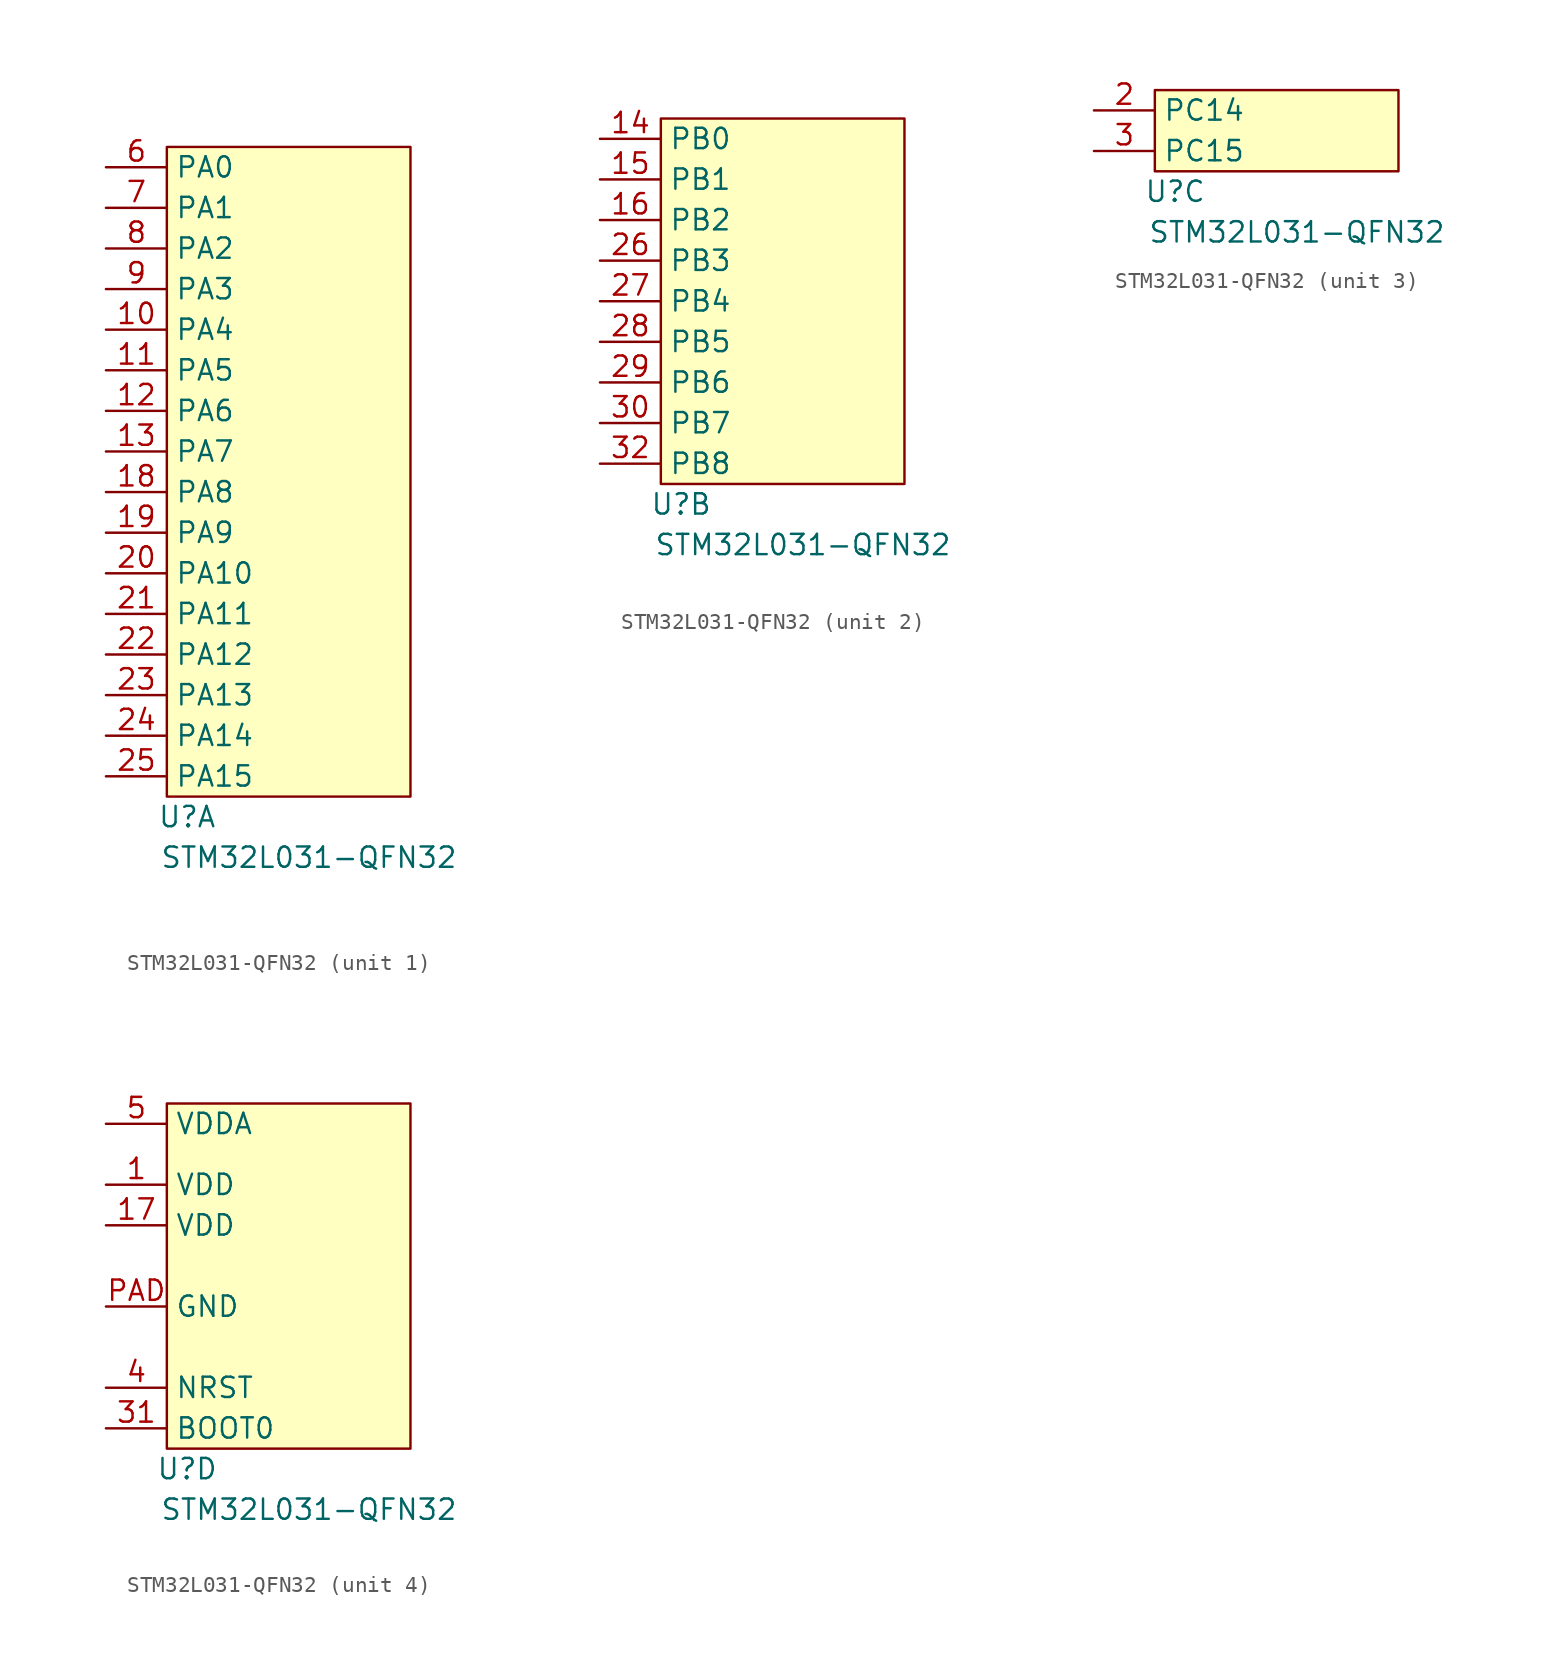
<source format=kicad_sym>
(kicad_symbol_lib
  (version 20211014)
  (generator kicad_symbol_editor)
  (symbol "STM32L031-QFN32"
    (property "Reference" "U"
      (at 1.27 -1.27 0)
      (effects (font (size 1.27 1.27))))
    (property "Value" "STM32L031-QFN32"
      (at 8.89 -3.81 0)
      (effects (font (size 1.27 1.27))))
    (property "ki_locked" ""
      (at 0 0 0)
      (effects (font (size 1.27 1.27))))
    (symbol "STM32L031-QFN32_1_1"
      (rectangle (start 0 40.64) (end 15.24 0) (stroke (width 0.152) (type default) (color 0 0 0 0)) (fill (type background)))
      (pin bidirectional line (at -3.81 29.21 0) (length 3.81) (name "PA4" (effects (font (size 1.27 1.27)))) (number "10" (effects (font (size 1.27 1.27)))) (alternate "ADC_IN4" input line) (alternate "COMP1_INM4" input line) (alternate "COMP2_INM4" input line) (alternate "LPTIM1_IN1" input line) (alternate "SPI1_NSS" bidirectional line) (alternate "TIM22_ETR" bidirectional line) (alternate "USART2_CK" bidirectional line))
      (pin bidirectional line (at -3.81 26.67 0) (length 3.81) (name "PA5" (effects (font (size 1.27 1.27)))) (number "11" (effects (font (size 1.27 1.27)))) (alternate "ADC_IN5" input line) (alternate "COMP1_INM5" input line) (alternate "COMP2_INM5" input line) (alternate "LPTIM1_IN2" input line) (alternate "SPI1_SCK" bidirectional line) (alternate "TIM2_CH1" bidirectional line) (alternate "TIM2_ETR" bidirectional line))
      (pin bidirectional line (at -3.81 24.13 0) (length 3.81) (name "PA6" (effects (font (size 1.27 1.27)))) (number "12" (effects (font (size 1.27 1.27)))) (alternate "ADC_IN6" input line) (alternate "COMP1_OUT" output line) (alternate "EVENTOUT" output line) (alternate "LPTIM1_ETR" bidirectional line) (alternate "LPUART1_CTS" bidirectional line) (alternate "SPI1_MISO" bidirectional line) (alternate "TIM22_CH1" bidirectional line))
      (pin bidirectional line (at -3.81 21.59 0) (length 3.81) (name "PA7" (effects (font (size 1.27 1.27)))) (number "13" (effects (font (size 1.27 1.27)))) (alternate "ADC_IN7" input line) (alternate "COMP2_OUT" output line) (alternate "EVENTOUT" output line) (alternate "LPTIM1_OUT" bidirectional line) (alternate "SPI1_MOSI" bidirectional line) (alternate "TIM22_CH2" bidirectional line) (alternate "USART2_CTS" bidirectional line))
      (pin bidirectional line (at -3.81 19.05 0) (length 3.81) (name "PA8" (effects (font (size 1.27 1.27)))) (number "18" (effects (font (size 1.27 1.27)))) (alternate "EVENTOUT" output line) (alternate "LPTIM1_IN1" input line) (alternate "MCO" output line) (alternate "TIM2_CH1" bidirectional line) (alternate "USART2_CK" bidirectional line))
      (pin bidirectional line (at -3.81 16.51 0) (length 3.81) (name "PA9" (effects (font (size 1.27 1.27)))) (number "19" (effects (font (size 1.27 1.27)))) (alternate "I2C1_SCL" bidirectional line) (alternate "MCO" output line) (alternate "TIM22_CH1" bidirectional line) (alternate "USART2_TX" output line))
      (pin bidirectional line (at -3.81 13.97 0) (length 3.81) (name "PA10" (effects (font (size 1.27 1.27)))) (number "20" (effects (font (size 1.27 1.27)))) (alternate "I2C1_SDA" bidirectional line) (alternate "TIM22_CH2" bidirectional line) (alternate "USART2_RX" input line))
      (pin bidirectional line (at -3.81 11.43 0) (length 3.81) (name "PA11" (effects (font (size 1.27 1.27)))) (number "21" (effects (font (size 1.27 1.27)))) (alternate "COMP1_OUT" output line) (alternate "EVENTOUT" output line) (alternate "SPI1_MISO" bidirectional line) (alternate "TIM21_CH2" bidirectional line) (alternate "USART2_CTS" bidirectional line))
      (pin bidirectional line (at -3.81 8.89 0) (length 3.81) (name "PA12" (effects (font (size 1.27 1.27)))) (number "22" (effects (font (size 1.27 1.27)))) (alternate "COMP2_OUT" output line) (alternate "EVENTOUT" output line) (alternate "SPI1_MOSI" bidirectional line) (alternate "USART2_DE" bidirectional line) (alternate "USART2_RTS" bidirectional line))
      (pin bidirectional line (at -3.81 6.35 0) (length 3.81) (name "PA13" (effects (font (size 1.27 1.27)))) (number "23" (effects (font (size 1.27 1.27)))) (alternate "LPTIM1_ETR" bidirectional line) (alternate "LPUART1_RX" input line) (alternate "SWDIO" bidirectional line))
      (pin bidirectional line (at -3.81 3.81 0) (length 3.81) (name "PA14" (effects (font (size 1.27 1.27)))) (number "24" (effects (font (size 1.27 1.27)))) (alternate "I2C1_SMBA" bidirectional line) (alternate "LPTIM1_OUT" bidirectional line) (alternate "LPUART1_TX" output line) (alternate "SWCLK" input line) (alternate "USART2_TX" output line))
      (pin bidirectional line (at -3.81 1.27 0) (length 3.81) (name "PA15" (effects (font (size 1.27 1.27)))) (number "25" (effects (font (size 1.27 1.27)))) (alternate "EVENTOUT" output line) (alternate "SPI1_NSS" bidirectional line) (alternate "TIM2_CH1" bidirectional line) (alternate "TIM2_ETR" bidirectional line) (alternate "USART2_RX" input line))
      (pin bidirectional line (at -3.81 39.37 0) (length 3.81) (name "PA0" (effects (font (size 1.27 1.27)))) (number "6" (effects (font (size 1.27 1.27)))) (alternate "ADC_IN0" input line) (alternate "COMP1_INM6" input line) (alternate "COMP1_OUT" output line) (alternate "LPTIM1_IN1" input line) (alternate "RTC_TAMP2" input line) (alternate "TIM2_CH1" bidirectional line) (alternate "TIM2_ETR" bidirectional line) (alternate "USART2_CTS" bidirectional line) (alternate "WKUP1" input line))
      (pin bidirectional line (at -3.81 36.83 0) (length 3.81) (name "PA1" (effects (font (size 1.27 1.27)))) (number "7" (effects (font (size 1.27 1.27)))) (alternate "ADC_IN1" input line) (alternate "COMP1_INP" input line) (alternate "EVENTOUT" bidirectional line) (alternate "I2C1_SMBA" bidirectional line) (alternate "LPTIM1_IN2" input line) (alternate "TIM21_ETR" bidirectional line) (alternate "TIM2_CH2" bidirectional line) (alternate "USART2_DE" bidirectional line) (alternate "USART2_RTS" bidirectional line))
      (pin bidirectional line (at -3.81 34.29 0) (length 3.81) (name "PA2" (effects (font (size 1.27 1.27)))) (number "8" (effects (font (size 1.27 1.27)))) (alternate "ADC_IN2" input line) (alternate "COMP2_INM6" input line) (alternate "COMP2_OUT" output line) (alternate "LPUART1_TX" output line) (alternate "RTC_OUT" output line) (alternate "RTC_TAMP3" input line) (alternate "RTC_TS" input line) (alternate "TIM21_CH1" bidirectional line) (alternate "TIM2_CH3" bidirectional line) (alternate "USART2_TX" output line) (alternate "WKUP3" output line))
      (pin bidirectional line (at -3.81 31.75 0) (length 3.81) (name "PA3" (effects (font (size 1.27 1.27)))) (number "9" (effects (font (size 1.27 1.27)))) (alternate "ADC_IN3" input line) (alternate "COMP2_INP" input line) (alternate "LPUART1_RX" input line) (alternate "TIM21_CH2" bidirectional line) (alternate "TIM2_CH4" bidirectional line) (alternate "USART2_RX" input line)))
    (symbol "STM32L031-QFN32_2_1"
      (rectangle (start 0 22.86) (end 15.24 0) (stroke (width 0.152) (type default) (color 0 0 0 0)) (fill (type background)))
      (pin bidirectional line (at -3.81 21.59 0) (length 3.81) (name "PB0" (effects (font (size 1.27 1.27)))) (number "14" (effects (font (size 1.27 1.27)))) (alternate "ADC_IN8" input line) (alternate "EVENTOUT" output line) (alternate "SPI1_MISO" bidirectional line) (alternate "TIM2_CH3" bidirectional line) (alternate "USART2_DE" bidirectional line) (alternate "USART2_RTS" bidirectional line) (alternate "VREF_OUT" output line))
      (pin bidirectional line (at -3.81 19.05 0) (length 3.81) (name "PB1" (effects (font (size 1.27 1.27)))) (number "15" (effects (font (size 1.27 1.27)))) (alternate "ADC_IN9" input line) (alternate "LPUART1_DE" bidirectional line) (alternate "LPUART1_RTS" bidirectional line) (alternate "SPI1_MOSI" bidirectional line) (alternate "TIM2_CH4" bidirectional line) (alternate "USART2_CK" bidirectional line) (alternate "VREF_OUT" output line))
      (pin bidirectional line (at -3.81 16.51 0) (length 3.81) (name "PB2" (effects (font (size 1.27 1.27)))) (number "16" (effects (font (size 1.27 1.27)))) (alternate "LPTIM1_OUT" bidirectional line))
      (pin bidirectional line (at -3.81 13.97 0) (length 3.81) (name "PB3" (effects (font (size 1.27 1.27)))) (number "26" (effects (font (size 1.27 1.27)))) (alternate "COMP2_INN" input line) (alternate "EVENTOUT" output line) (alternate "SPI1_SCK" bidirectional line) (alternate "TIM2_CH2" bidirectional line))
      (pin bidirectional line (at -3.81 11.43 0) (length 3.81) (name "PB4" (effects (font (size 1.27 1.27)))) (number "27" (effects (font (size 1.27 1.27)))) (alternate "COMP2_INP" input line) (alternate "EVENTOUT" output line) (alternate "SPI1_MISO" bidirectional line) (alternate "TIM22_CH1" bidirectional line))
      (pin bidirectional line (at -3.81 8.89 0) (length 3.81) (name "PB5" (effects (font (size 1.27 1.27)))) (number "28" (effects (font (size 1.27 1.27)))) (alternate "COMP2_INP" input line) (alternate "I2C1_SMBA" bidirectional line) (alternate "LPTIM1_IN1" input line) (alternate "SPI1_MOSI" bidirectional line) (alternate "TIM22_CH2" bidirectional line))
      (pin bidirectional line (at -3.81 6.35 0) (length 3.81) (name "PB6" (effects (font (size 1.27 1.27)))) (number "29" (effects (font (size 1.27 1.27)))) (alternate "COMP2_INP" input line) (alternate "I2C1_SCL" bidirectional line) (alternate "LPTIM1_ETR" bidirectional line) (alternate "TIM21_CH1" bidirectional line) (alternate "USART2_TX" output line))
      (pin bidirectional line (at -3.81 3.81 0) (length 3.81) (name "PB7" (effects (font (size 1.27 1.27)))) (number "30" (effects (font (size 1.27 1.27)))) (alternate "COMP2_INP" input line) (alternate "I2C1_SDA" bidirectional line) (alternate "LPTIM1_IN2" input line) (alternate "USART2_RX" input line) (alternate "VREF_PVD_IN" input line))
      (pin bidirectional line (at -3.81 1.27 0) (length 3.81) (name "PB8" (effects (font (size 1.27 1.27)))) (number "32" (effects (font (size 1.27 1.27)))) (alternate "I2C1_SCL" bidirectional line)))
    (symbol "STM32L031-QFN32_3_1"
      (rectangle (start 0 5.08) (end 15.24 0) (stroke (width 0.152) (type default) (color 0 0 0 0)) (fill (type background)))
      (pin bidirectional line (at -3.81 3.81 0) (length 3.81) (name "PC14" (effects (font (size 1.27 1.27)))) (number "2" (effects (font (size 1.27 1.27)))) (alternate "OSC32_IN" input line))
      (pin bidirectional line (at -3.81 1.27 0) (length 3.81) (name "PC15" (effects (font (size 1.27 1.27)))) (number "3" (effects (font (size 1.27 1.27)))) (alternate "OSC32_OUT" output line)))
    (symbol "STM32L031-QFN32_4_1"
      (rectangle (start 0 21.59) (end 15.24 0) (stroke (width 0.152) (type default) (color 0 0 0 0)) (fill (type background)))
      (pin power_in line (at -3.81 16.51 0) (length 3.81) (name "VDD" (effects (font (size 1.27 1.27)))) (number "1" (effects (font (size 1.27 1.27)))))
      (pin power_in line (at -3.81 13.97 0) (length 3.81) (name "VDD" (effects (font (size 1.27 1.27)))) (number "17" (effects (font (size 1.27 1.27)))))
      (pin input line (at -3.81 1.27 0) (length 3.81) (name "BOOT0" (effects (font (size 1.27 1.27)))) (number "31" (effects (font (size 1.27 1.27)))))
      (pin input line (at -3.81 3.81 0) (length 3.81) (name "NRST" (effects (font (size 1.27 1.27)))) (number "4" (effects (font (size 1.27 1.27)))))
      (pin power_in line (at -3.81 20.32 0) (length 3.81) (name "VDDA" (effects (font (size 1.27 1.27)))) (number "5" (effects (font (size 1.27 1.27)))))
      (pin power_in line (at -3.81 8.89 0) (length 3.81) (name "GND" (effects (font (size 1.27 1.27)))) (number "PAD" (effects (font (size 1.27 1.27))))))))
</source>
